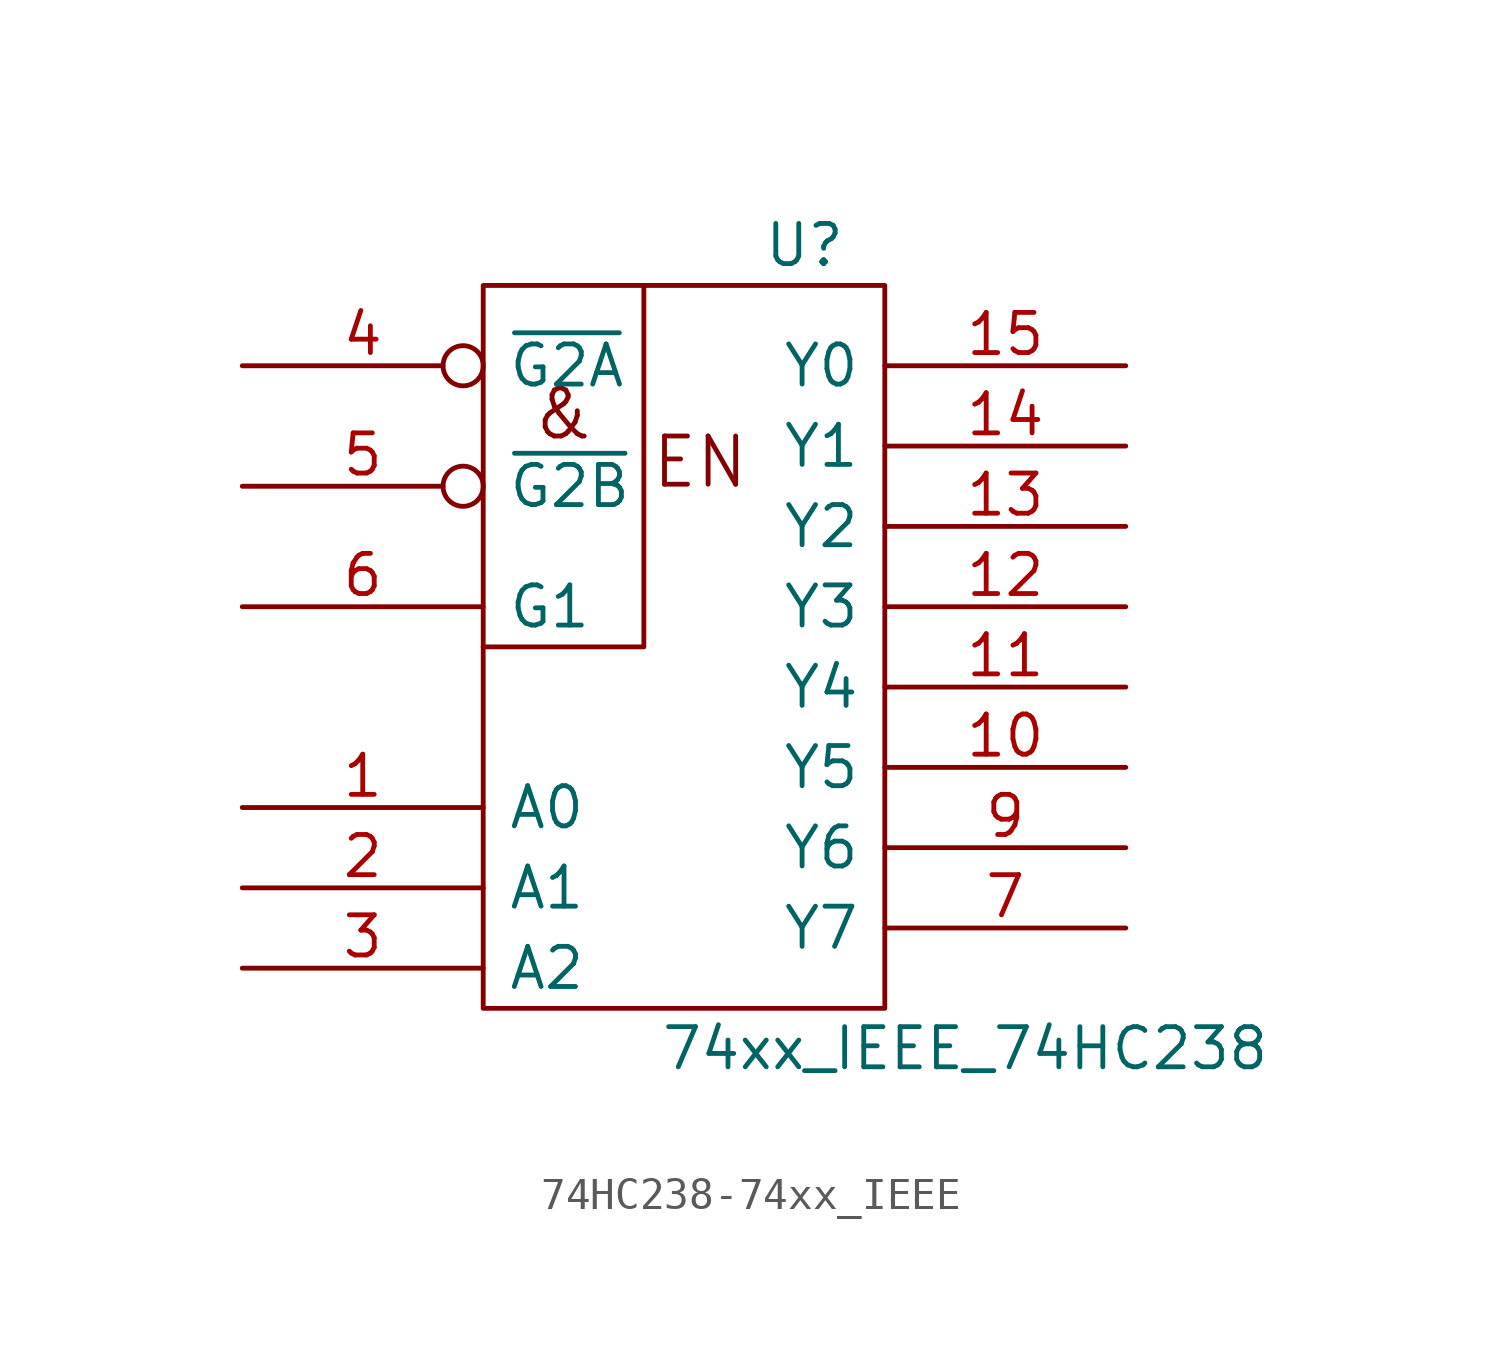
<source format=kicad_sym>
(kicad_symbol_lib
  (version 20231120)
  (generator "kicad_symbol_editor")
  (generator_version "8.0")
  (symbol "74HC238-74xx_IEEE"
    (pin_names
      (offset 0.762))
    (property "Reference" "U"
      (at 3.81 8.89 0)
      (effects (font (size 1.27 1.27))))
    (property "Value" "74xx_IEEE_74HC238"
      (at 8.89 -16.51 0)
      (effects (font (size 1.27 1.27))))
    (symbol "74HC238-74xx_IEEE_0_0"
      (text "&" (at -3.81 3.556 0) (effects (font (size 1.524 1.524))))
      (text "EN" (at 0.508 2.032 0) (effects (font (size 1.524 1.524))))
      (pin power_in line (at 0 7.62 270) (length 0) hide (name "VCC" (effects (font (size 1.27 1.27)))) (number "16" (effects (font (size 1.27 1.27))))))
    (symbol "74HC238-74xx_IEEE_0_1"
      (rectangle (start -6.35 7.62) (end 6.35 -15.24) (stroke (width 0) (type solid)) (fill (type none)))
      (polyline (pts (xy -1.27 7.62) (xy -1.27 -3.81) (xy -6.35 -3.81) (xy -6.35 -3.81)) (stroke (width 0) (type solid)) (fill (type none))))
    (symbol "74HC238-74xx_IEEE_1_1"
      (pin input line (at -13.97 -8.89 0) (length 7.62) (name "A0" (effects (font (size 1.27 1.27)))) (number "1" (effects (font (size 1.27 1.27)))))
      (pin output line (at 13.97 -7.62 180) (length 7.62) (name "Y5" (effects (font (size 1.27 1.27)))) (number "10" (effects (font (size 1.27 1.27)))))
      (pin output line (at 13.97 -5.08 180) (length 7.62) (name "Y4" (effects (font (size 1.27 1.27)))) (number "11" (effects (font (size 1.27 1.27)))))
      (pin output line (at 13.97 -2.54 180) (length 7.62) (name "Y3" (effects (font (size 1.27 1.27)))) (number "12" (effects (font (size 1.27 1.27)))))
      (pin output line (at 13.97 0 180) (length 7.62) (name "Y2" (effects (font (size 1.27 1.27)))) (number "13" (effects (font (size 1.27 1.27)))))
      (pin output line (at 13.97 2.54 180) (length 7.62) (name "Y1" (effects (font (size 1.27 1.27)))) (number "14" (effects (font (size 1.27 1.27)))))
      (pin output line (at 13.97 5.08 180) (length 7.62) (name "Y0" (effects (font (size 1.27 1.27)))) (number "15" (effects (font (size 1.27 1.27)))))
      (pin input line (at -13.97 -11.43 0) (length 7.62) (name "A1" (effects (font (size 1.27 1.27)))) (number "2" (effects (font (size 1.27 1.27)))))
      (pin input line (at -13.97 -13.97 0) (length 7.62) (name "A2" (effects (font (size 1.27 1.27)))) (number "3" (effects (font (size 1.27 1.27)))))
      (pin input inverted (at -13.97 5.08 0) (length 7.62) (name "~{G2A}" (effects (font (size 1.27 1.27)))) (number "4" (effects (font (size 1.27 1.27)))))
      (pin input inverted (at -13.97 1.27 0) (length 7.62) (name "~{G2B}" (effects (font (size 1.27 1.27)))) (number "5" (effects (font (size 1.27 1.27)))))
      (pin input line (at -13.97 -2.54 0) (length 7.62) (name "G1" (effects (font (size 1.27 1.27)))) (number "6" (effects (font (size 1.27 1.27)))))
      (pin output line (at 13.97 -12.7 180) (length 7.62) (name "Y7" (effects (font (size 1.27 1.27)))) (number "7" (effects (font (size 1.27 1.27)))))
      (pin power_in line (at 0 -15.24 90) (length 0) hide (name "GND" (effects (font (size 1.27 1.27)))) (number "8" (effects (font (size 1.27 1.27)))))
      (pin output line (at 13.97 -10.16 180) (length 7.62) (name "Y6" (effects (font (size 1.27 1.27)))) (number "9" (effects (font (size 1.27 1.27))))))))
</source>
